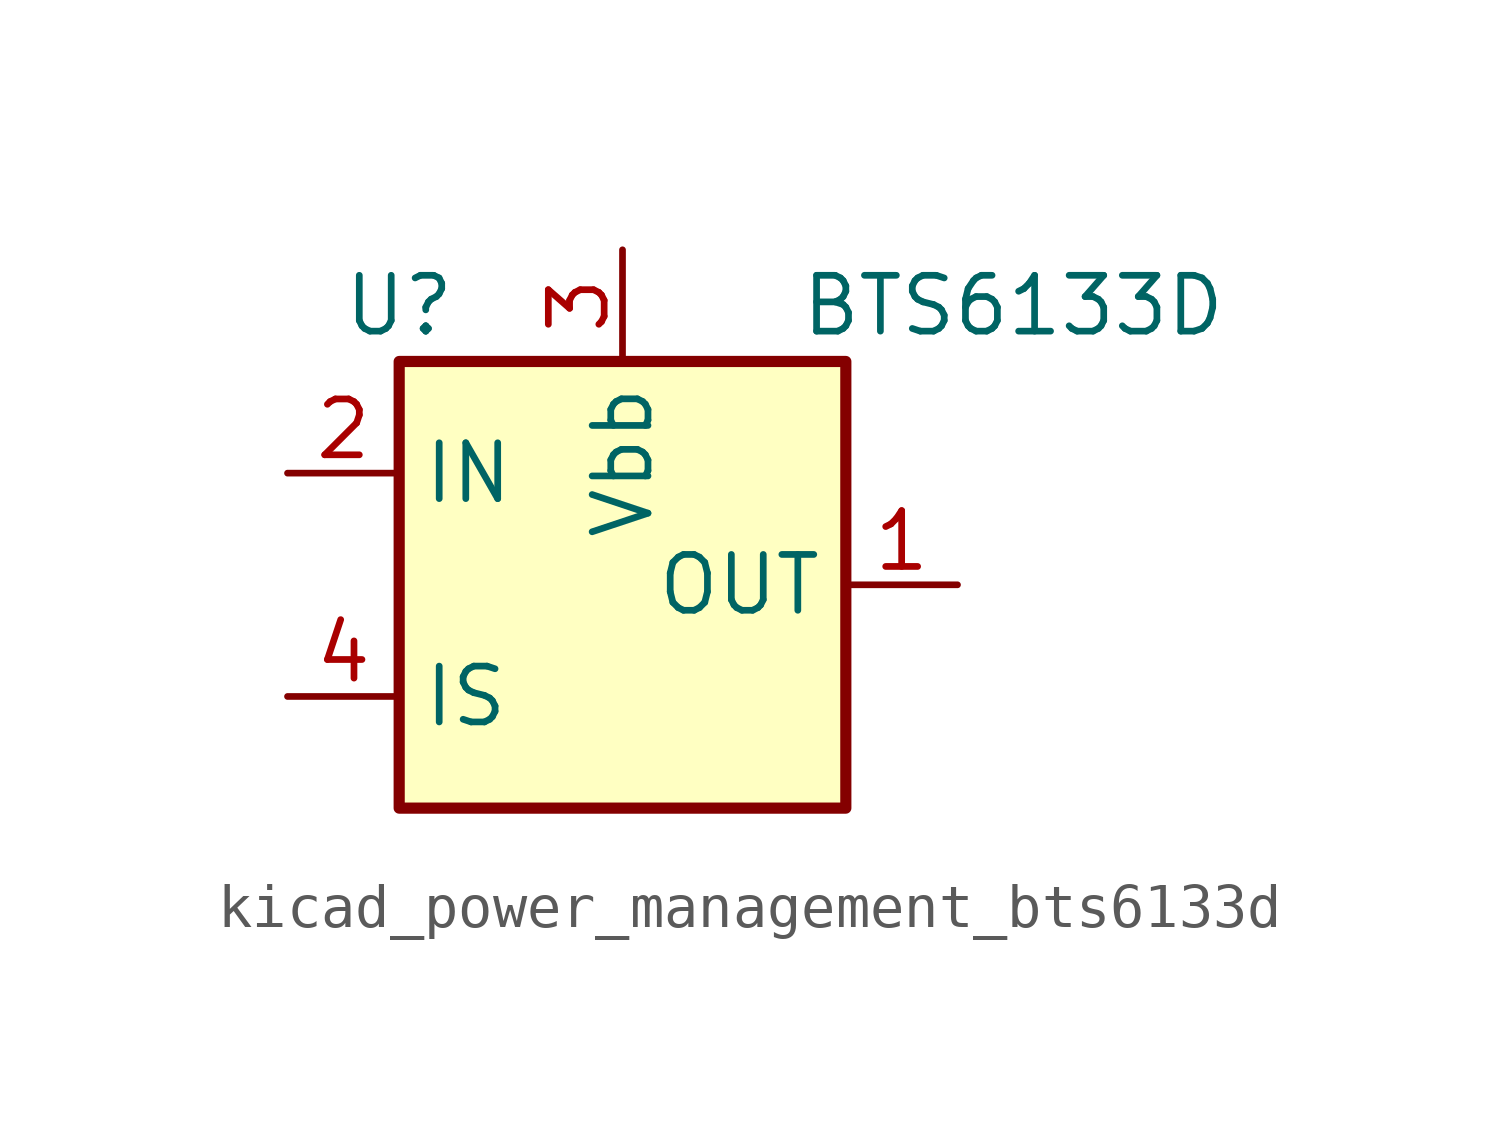
<source format=kicad_sym>
(kicad_symbol_lib
  (version 20220914)
  (generator kicad_symbol_editor)
  (symbol "kicad_power_management_bts6133d"
    (property "Reference" "U"
      (at -5.08 6.35 0)
      (effects (font (size 1.27 1.27))))
    (property "Value" "BTS6133D"
      (at 8.89 6.35 0)
      (effects (font (size 1.27 1.27))))
    (symbol "kicad_power_management_bts6133d_0_1"
      (rectangle (start -5.08 5.08) (end 5.08 -5.08) (stroke (width 0.254) (type default)) (fill (type background))))
    (symbol "kicad_power_management_bts6133d_1_1"
      (pin power_out line (at 7.62 0 180) (length 2.54) (name "OUT" (effects (font (size 1.27 1.27)))) (number "1" (effects (font (size 1.27 1.27)))))
      (pin input line (at -7.62 2.54 0) (length 2.54) (name "IN" (effects (font (size 1.27 1.27)))) (number "2" (effects (font (size 1.27 1.27)))))
      (pin power_in line (at 0 7.62 270) (length 2.54) (name "Vbb" (effects (font (size 1.27 1.27)))) (number "3" (effects (font (size 1.27 1.27)))))
      (pin output line (at -7.62 -2.54 0) (length 2.54) (name "IS" (effects (font (size 1.27 1.27)))) (number "4" (effects (font (size 1.27 1.27)))))
      (pin passive line (at 7.62 0 180) (length 2.54) hide (name "OUT" (effects (font (size 1.27 1.27)))) (number "5" (effects (font (size 1.27 1.27))))))))
</source>
